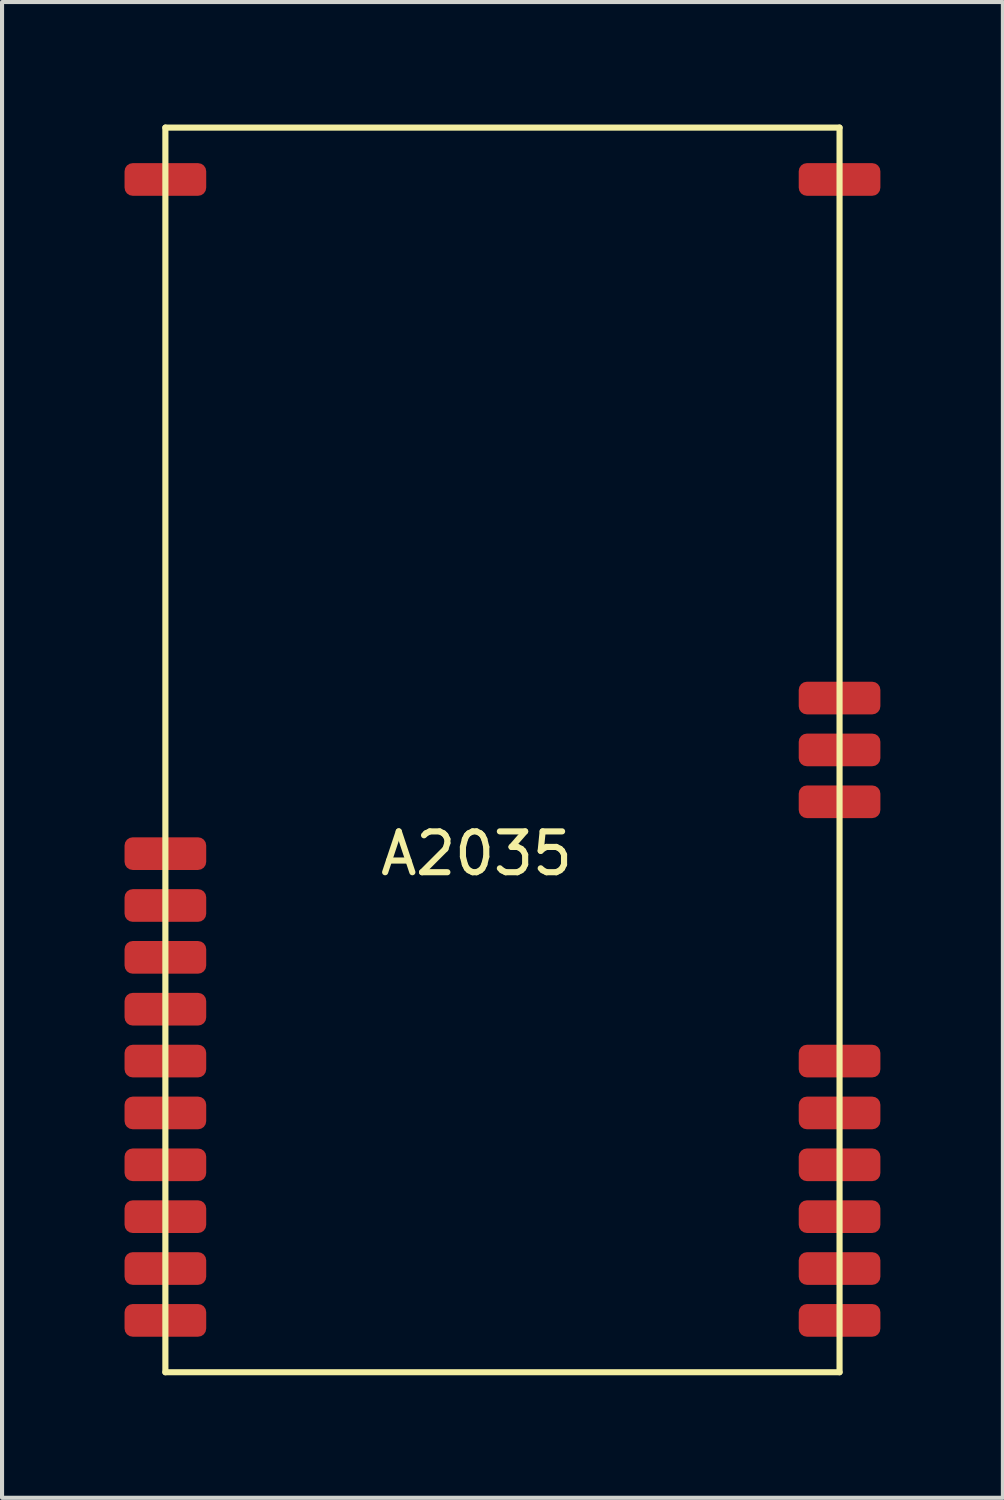
<source format=kicad_pcb>
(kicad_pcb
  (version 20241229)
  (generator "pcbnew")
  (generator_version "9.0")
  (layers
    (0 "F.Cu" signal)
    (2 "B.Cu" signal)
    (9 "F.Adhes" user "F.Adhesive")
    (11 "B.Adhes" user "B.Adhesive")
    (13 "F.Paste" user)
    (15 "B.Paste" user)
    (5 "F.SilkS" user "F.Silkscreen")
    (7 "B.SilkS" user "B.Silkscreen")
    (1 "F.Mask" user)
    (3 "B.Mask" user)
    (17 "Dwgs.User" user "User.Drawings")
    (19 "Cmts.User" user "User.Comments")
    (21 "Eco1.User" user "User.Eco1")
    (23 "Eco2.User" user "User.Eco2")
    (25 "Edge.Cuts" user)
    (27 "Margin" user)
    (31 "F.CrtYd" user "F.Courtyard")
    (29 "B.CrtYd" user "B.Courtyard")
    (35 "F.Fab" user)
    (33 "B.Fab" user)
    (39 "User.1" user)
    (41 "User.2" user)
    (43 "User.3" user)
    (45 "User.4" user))
  (footprint "A2035"
    (layer "F.Cu")
    (at 8.62 15.315)
    (property "Reference" "A2035" (at 0 2.54 0) (layer "F.SilkS") (effects (font (size 1 1) (thickness 0.15))))
    (attr through_hole)
    (fp_line (start -7.62 -15.24) (end 8.89 -15.24) (stroke (width 0.15) (type solid)) (layer "F.SilkS"))
    (fp_line (start -7.62 15.24) (end -7.62 -15.24) (stroke (width 0.15) (type solid)) (layer "F.SilkS"))
    (fp_line (start 8.89 -15.24) (end 8.89 15.24) (stroke (width 0.15) (type solid)) (layer "F.SilkS"))
    (fp_line (start 8.89 15.24) (end -7.62 15.24) (stroke (width 0.15) (type solid)) (layer "F.SilkS"))
    (pad "1" smd roundrect (at 8.89 13.97) (size 2 0.8) (layers "F.Cu" "F.Mask" "F.Paste") (roundrect_rratio 0.25))
    (pad "2" smd roundrect (at 8.89 12.7) (size 2 0.8) (layers "F.Cu" "F.Mask" "F.Paste") (roundrect_rratio 0.25))
    (pad "3" smd roundrect (at 8.89 11.43) (size 2 0.8) (layers "F.Cu" "F.Mask" "F.Paste") (roundrect_rratio 0.25))
    (pad "4" smd roundrect (at 8.89 10.16) (size 2 0.8) (layers "F.Cu" "F.Mask" "F.Paste") (roundrect_rratio 0.25))
    (pad "5" smd roundrect (at 8.89 8.89) (size 2 0.8) (layers "F.Cu" "F.Mask" "F.Paste") (roundrect_rratio 0.25))
    (pad "6" smd roundrect (at 8.89 7.62) (size 2 0.8) (layers "F.Cu" "F.Mask" "F.Paste") (roundrect_rratio 0.25))
    (pad "7" smd roundrect (at 8.89 1.27) (size 2 0.8) (layers "F.Cu" "F.Mask" "F.Paste") (roundrect_rratio 0.25))
    (pad "8" smd roundrect (at 8.89 0) (size 2 0.8) (layers "F.Cu" "F.Mask" "F.Paste") (roundrect_rratio 0.25))
    (pad "9" smd roundrect (at 8.89 -1.27) (size 2 0.8) (layers "F.Cu" "F.Mask" "F.Paste") (roundrect_rratio 0.25))
    (pad "10" smd roundrect (at 8.89 -13.97) (size 2 0.8) (layers "F.Cu" "F.Mask" "F.Paste") (roundrect_rratio 0.25))
    (pad "11" smd roundrect (at -7.62 -13.97) (size 2 0.8) (layers "F.Cu" "F.Mask" "F.Paste") (roundrect_rratio 0.25))
    (pad "12" smd roundrect (at -7.62 2.54) (size 2 0.8) (layers "F.Cu" "F.Mask" "F.Paste") (roundrect_rratio 0.25))
    (pad "13" smd roundrect (at -7.62 3.81) (size 2 0.8) (layers "F.Cu" "F.Mask" "F.Paste") (roundrect_rratio 0.25))
    (pad "14" smd roundrect (at -7.62 5.08) (size 2 0.8) (layers "F.Cu" "F.Mask" "F.Paste") (roundrect_rratio 0.25))
    (pad "15" smd roundrect (at -7.62 6.35) (size 2 0.8) (layers "F.Cu" "F.Mask" "F.Paste") (roundrect_rratio 0.25))
    (pad "16" smd roundrect (at -7.62 7.62) (size 2 0.8) (layers "F.Cu" "F.Mask" "F.Paste") (roundrect_rratio 0.25))
    (pad "17" smd roundrect (at -7.62 8.89) (size 2 0.8) (layers "F.Cu" "F.Mask" "F.Paste") (roundrect_rratio 0.25))
    (pad "18" smd roundrect (at -7.62 10.16) (size 2 0.8) (layers "F.Cu" "F.Mask" "F.Paste") (roundrect_rratio 0.25))
    (pad "19" smd roundrect (at -7.62 11.43) (size 2 0.8) (layers "F.Cu" "F.Mask" "F.Paste") (roundrect_rratio 0.25))
    (pad "20" smd roundrect (at -7.62 12.7) (size 2 0.8) (layers "F.Cu" "F.Mask" "F.Paste") (roundrect_rratio 0.25))
    (pad "21" smd roundrect (at -7.62 13.97) (size 2 0.8) (layers "F.Cu" "F.Mask" "F.Paste") (roundrect_rratio 0.25)))
  (gr_rect
    (start -3 -3)
    (end 21.51 33.63)
    (stroke (width 0.1) (type default))
    (fill no)
    (layer "Edge.Cuts")))
</source>
